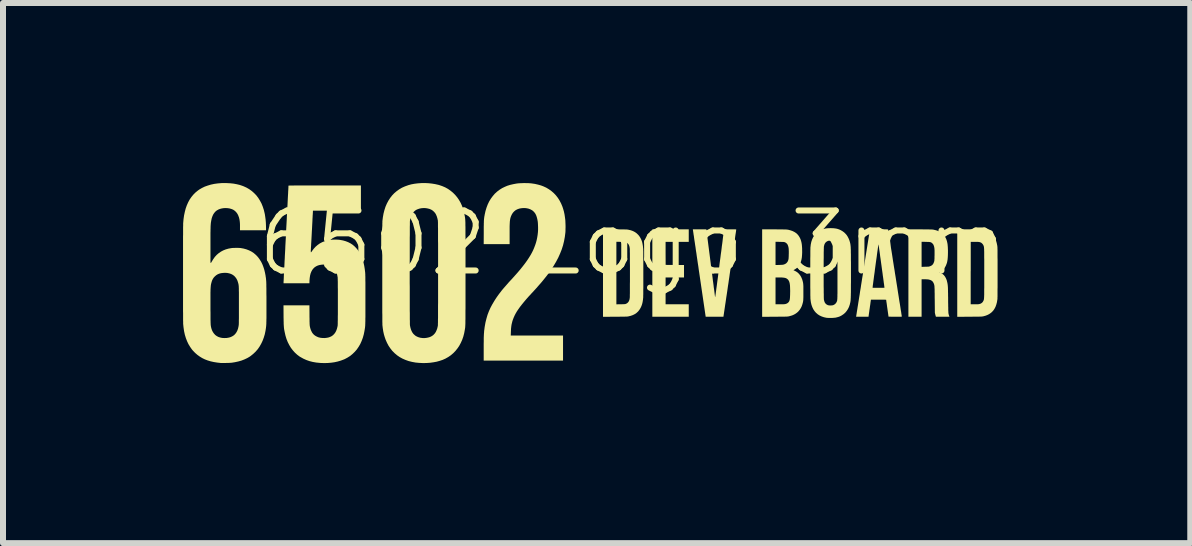
<source format=kicad_pcb>
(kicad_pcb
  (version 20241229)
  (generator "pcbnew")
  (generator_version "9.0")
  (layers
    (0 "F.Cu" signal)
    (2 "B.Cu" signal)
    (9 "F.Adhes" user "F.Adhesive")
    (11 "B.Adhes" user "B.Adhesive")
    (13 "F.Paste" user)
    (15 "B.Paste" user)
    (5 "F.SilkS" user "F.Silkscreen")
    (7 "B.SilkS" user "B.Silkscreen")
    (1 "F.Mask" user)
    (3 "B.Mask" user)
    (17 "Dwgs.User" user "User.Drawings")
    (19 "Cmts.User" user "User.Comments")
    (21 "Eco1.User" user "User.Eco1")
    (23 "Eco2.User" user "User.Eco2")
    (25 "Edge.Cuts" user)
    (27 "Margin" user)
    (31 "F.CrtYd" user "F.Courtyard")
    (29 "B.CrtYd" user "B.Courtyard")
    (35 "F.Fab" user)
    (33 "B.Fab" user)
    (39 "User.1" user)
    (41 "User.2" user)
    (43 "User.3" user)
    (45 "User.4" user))
  (footprint "6502 Logo 3mm"
    (layer "F.Cu")
    (at 7.495 1.5)
    (property "Reference" "6502 Logo 3mm" (at 0 -0.5 0) (unlocked yes) (layer "F.SilkS") (effects (font (size 1 1) (thickness 0.1))))
    (attr smd)
    (fp_poly (pts (xy 0.932 -0.624) (xy 0.932 -0.52) (xy 0.739 -0.52) (xy 0.546 -0.52) (xy 0.546 -0.328) (xy 0.547 -0.136) (xy 0.7 -0.135) (xy 0.853 -0.134) (xy 0.853 -0.03) (xy 0.853 0.074) (xy 0.699 0.074) (xy 0.546 0.074) (xy 0.546 0.297) (xy 0.546 0.52) (xy 0.739 0.52) (xy 0.932 0.52) (xy 0.932 0.624) (xy 0.932 0.728) (xy 0.628 0.728) (xy 0.325 0.728) (xy 0.325 0) (xy 0.325 -0.728) (xy 0.628 -0.728) (xy 0.932 -0.728)) (stroke (width 0) (type solid)) (fill yes) (layer "F.SilkS"))
    (fp_poly (pts (xy 1.297 -0.169) (xy 1.303 -0.117) (xy 1.31 -0.065) (xy 1.317 -0.015) (xy 1.323 0.033) (xy 1.329 0.079) (xy 1.334 0.123) (xy 1.34 0.165) (xy 1.345 0.203) (xy 1.349 0.239) (xy 1.354 0.272) (xy 1.358 0.302) (xy 1.361 0.328) (xy 1.364 0.35) (xy 1.366 0.368) (xy 1.368 0.381) (xy 1.369 0.39) (xy 1.37 0.395) (xy 1.37 0.395) (xy 1.372 0.4) (xy 1.373 0.401) (xy 1.373 0.399) (xy 1.374 0.391) (xy 1.376 0.379) (xy 1.378 0.363) (xy 1.381 0.343) (xy 1.384 0.319) (xy 1.388 0.291) (xy 1.392 0.259) (xy 1.397 0.225) (xy 1.402 0.187) (xy 1.407 0.147) (xy 1.413 0.104) (xy 1.419 0.058) (xy 1.425 0.011) (xy 1.431 -0.038) (xy 1.438 -0.089) (xy 1.444 -0.141) (xy 1.446 -0.158) (xy 1.453 -0.211) (xy 1.46 -0.262) (xy 1.466 -0.312) (xy 1.473 -0.36) (xy 1.479 -0.407) (xy 1.484 -0.451) (xy 1.49 -0.492) (xy 1.495 -0.531) (xy 1.499 -0.567) (xy 1.503 -0.6) (xy 1.507 -0.629) (xy 1.511 -0.655) (xy 1.514 -0.677) (xy 1.516 -0.695) (xy 1.518 -0.709) (xy 1.519 -0.718) (xy 1.52 -0.722) (xy 1.52 -0.723) (xy 1.521 -0.728) (xy 1.622 -0.728) (xy 1.648 -0.728) (xy 1.669 -0.728) (xy 1.686 -0.728) (xy 1.699 -0.728) (xy 1.709 -0.728) (xy 1.716 -0.727) (xy 1.72 -0.727) (xy 1.723 -0.726) (xy 1.723 -0.725) (xy 1.723 -0.725) (xy 1.723 -0.722) (xy 1.722 -0.715) (xy 1.72 -0.702) (xy 1.718 -0.686) (xy 1.715 -0.666) (xy 1.711 -0.642) (xy 1.707 -0.614) (xy 1.703 -0.583) (xy 1.698 -0.548) (xy 1.692 -0.511) (xy 1.687 -0.472) (xy 1.68 -0.43) (xy 1.674 -0.386) (xy 1.667 -0.34) (xy 1.66 -0.292) (xy 1.653 -0.243) (xy 1.646 -0.193) (xy 1.638 -0.142) (xy 1.631 -0.091) (xy 1.623 -0.039) (xy 1.615 0.014) (xy 1.608 0.066) (xy 1.6 0.118) (xy 1.593 0.169) (xy 1.585 0.219) (xy 1.578 0.269) (xy 1.571 0.317) (xy 1.564 0.364) (xy 1.557 0.408) (xy 1.551 0.451) (xy 1.545 0.492) (xy 1.539 0.53) (xy 1.534 0.565) (xy 1.529 0.598) (xy 1.525 0.627) (xy 1.521 0.652) (xy 1.518 0.674) (xy 1.515 0.692) (xy 1.513 0.706) (xy 1.512 0.715) (xy 1.511 0.72) (xy 1.511 0.72) (xy 1.51 0.728) (xy 1.362 0.728) (xy 1.214 0.728) (xy 1.108 0.006) (xy 1.099 -0.054) (xy 1.091 -0.113) (xy 1.082 -0.17) (xy 1.074 -0.226) (xy 1.066 -0.279) (xy 1.059 -0.331) (xy 1.051 -0.38) (xy 1.045 -0.427) (xy 1.038 -0.471) (xy 1.032 -0.513) (xy 1.026 -0.551) (xy 1.021 -0.586) (xy 1.017 -0.617) (xy 1.012 -0.645) (xy 1.009 -0.669) (xy 1.006 -0.688) (xy 1.004 -0.704) (xy 1.002 -0.715) (xy 1.001 -0.721) (xy 1.001 -0.723) (xy 1 -0.728) (xy 1.112 -0.728) (xy 1.225 -0.728)) (stroke (width 0) (type solid)) (fill yes) (layer "F.SilkS"))
    (fp_poly (pts (xy -0.298 -0.728) (xy -0.261 -0.728) (xy -0.228 -0.728) (xy -0.2 -0.727) (xy -0.176 -0.727) (xy -0.156 -0.727) (xy -0.139 -0.727) (xy -0.124 -0.726) (xy -0.112 -0.726) (xy -0.102 -0.726) (xy -0.094 -0.725) (xy -0.088 -0.724) (xy -0.082 -0.724) (xy -0.077 -0.723) (xy -0.074 -0.722) (xy -0.034 -0.713) (xy 0.002 -0.7) (xy 0.035 -0.683) (xy 0.064 -0.662) (xy 0.089 -0.638) (xy 0.111 -0.611) (xy 0.129 -0.581) (xy 0.143 -0.552) (xy 0.154 -0.521) (xy 0.162 -0.487) (xy 0.168 -0.45) (xy 0.172 -0.409) (xy 0.173 -0.402) (xy 0.173 -0.394) (xy 0.173 -0.38) (xy 0.174 -0.362) (xy 0.174 -0.341) (xy 0.174 -0.316) (xy 0.174 -0.287) (xy 0.174 -0.256) (xy 0.175 -0.222) (xy 0.175 -0.186) (xy 0.175 -0.148) (xy 0.175 -0.109) (xy 0.175 -0.069) (xy 0.175 -0.029) (xy 0.175 0.012) (xy 0.175 0.053) (xy 0.175 0.093) (xy 0.175 0.133) (xy 0.175 0.171) (xy 0.175 0.208) (xy 0.175 0.243) (xy 0.174 0.275) (xy 0.174 0.305) (xy 0.174 0.331) (xy 0.174 0.355) (xy 0.173 0.374) (xy 0.173 0.389) (xy 0.173 0.4) (xy 0.173 0.404) (xy 0.169 0.445) (xy 0.163 0.483) (xy 0.155 0.517) (xy 0.144 0.549) (xy 0.13 0.579) (xy 0.129 0.581) (xy 0.11 0.612) (xy 0.088 0.64) (xy 0.062 0.664) (xy 0.033 0.684) (xy 0.001 0.7) (xy -0.036 0.713) (xy -0.074 0.722) (xy -0.078 0.723) (xy -0.084 0.724) (xy -0.09 0.725) (xy -0.097 0.725) (xy -0.105 0.726) (xy -0.115 0.726) (xy -0.128 0.726) (xy -0.143 0.727) (xy -0.161 0.727) (xy -0.183 0.727) (xy -0.208 0.727) (xy -0.237 0.728) (xy -0.271 0.728) (xy -0.298 0.728) (xy -0.497 0.729) (xy -0.497 0) (xy -0.497 -0.521) (xy -0.274 -0.521) (xy -0.274 0) (xy -0.274 0.521) (xy -0.202 0.52) (xy -0.181 0.52) (xy -0.165 0.519) (xy -0.152 0.519) (xy -0.142 0.518) (xy -0.134 0.518) (xy -0.128 0.517) (xy -0.123 0.516) (xy -0.119 0.514) (xy -0.116 0.513) (xy -0.097 0.504) (xy -0.082 0.491) (xy -0.07 0.476) (xy -0.061 0.457) (xy -0.054 0.434) (xy -0.051 0.41) (xy -0.05 0.404) (xy -0.05 0.394) (xy -0.05 0.379) (xy -0.05 0.361) (xy -0.049 0.338) (xy -0.049 0.312) (xy -0.049 0.284) (xy -0.049 0.252) (xy -0.049 0.218) (xy -0.049 0.183) (xy -0.048 0.145) (xy -0.048 0.107) (xy -0.048 0.067) (xy -0.048 0.027) (xy -0.048 -0.013) (xy -0.048 -0.054) (xy -0.048 -0.093) (xy -0.048 -0.132) (xy -0.049 -0.17) (xy -0.049 -0.206) (xy -0.049 -0.241) (xy -0.049 -0.273) (xy -0.049 -0.303) (xy -0.049 -0.33) (xy -0.05 -0.353) (xy -0.05 -0.373) (xy -0.05 -0.39) (xy -0.05 -0.401) (xy -0.051 -0.409) (xy -0.051 -0.41) (xy -0.055 -0.437) (xy -0.062 -0.459) (xy -0.071 -0.478) (xy -0.084 -0.493) (xy -0.099 -0.505) (xy -0.116 -0.513) (xy -0.121 -0.515) (xy -0.125 -0.516) (xy -0.13 -0.517) (xy -0.137 -0.518) (xy -0.145 -0.519) (xy -0.156 -0.519) (xy -0.17 -0.519) (xy -0.188 -0.52) (xy -0.202 -0.52) (xy -0.274 -0.521) (xy -0.497 -0.521) (xy -0.497 -0.729)) (stroke (width 0) (type solid)) (fill yes) (layer "F.SilkS"))
    (fp_poly (pts (xy 5.609 -0.728) (xy 5.646 -0.728) (xy 5.678 -0.727) (xy 5.706 -0.727) (xy 5.73 -0.727) (xy 5.75 -0.727) (xy 5.767 -0.727) (xy 5.781 -0.726) (xy 5.793 -0.726) (xy 5.803 -0.726) (xy 5.811 -0.725) (xy 5.817 -0.725) (xy 5.823 -0.724) (xy 5.828 -0.723) (xy 5.832 -0.722) (xy 5.836 -0.722) (xy 5.859 -0.716) (xy 5.879 -0.71) (xy 5.897 -0.704) (xy 5.915 -0.696) (xy 5.918 -0.694) (xy 5.949 -0.677) (xy 5.976 -0.656) (xy 6 -0.632) (xy 6.021 -0.604) (xy 6.038 -0.573) (xy 6.053 -0.538) (xy 6.064 -0.499) (xy 6.073 -0.456) (xy 6.074 -0.444) (xy 6.075 -0.44) (xy 6.075 -0.434) (xy 6.076 -0.426) (xy 6.076 -0.415) (xy 6.076 -0.402) (xy 6.077 -0.387) (xy 6.077 -0.368) (xy 6.077 -0.347) (xy 6.077 -0.322) (xy 6.077 -0.293) (xy 6.077 -0.261) (xy 6.078 -0.225) (xy 6.078 -0.185) (xy 6.078 -0.141) (xy 6.078 -0.092) (xy 6.078 -0.038) (xy 6.078 0) (xy 6.078 0.057) (xy 6.078 0.109) (xy 6.078 0.156) (xy 6.078 0.199) (xy 6.078 0.238) (xy 6.077 0.273) (xy 6.077 0.303) (xy 6.077 0.331) (xy 6.077 0.354) (xy 6.077 0.375) (xy 6.077 0.392) (xy 6.076 0.407) (xy 6.076 0.419) (xy 6.076 0.429) (xy 6.075 0.436) (xy 6.075 0.442) (xy 6.074 0.444) (xy 6.067 0.488) (xy 6.056 0.528) (xy 6.043 0.564) (xy 6.026 0.596) (xy 6.007 0.624) (xy 5.984 0.649) (xy 5.961 0.668) (xy 5.936 0.685) (xy 5.91 0.698) (xy 5.88 0.71) (xy 5.847 0.719) (xy 5.836 0.722) (xy 5.831 0.722) (xy 5.826 0.723) (xy 5.821 0.724) (xy 5.816 0.725) (xy 5.809 0.725) (xy 5.801 0.726) (xy 5.791 0.726) (xy 5.778 0.726) (xy 5.764 0.727) (xy 5.746 0.727) (xy 5.725 0.727) (xy 5.7 0.727) (xy 5.671 0.727) (xy 5.638 0.728) (xy 5.609 0.728) (xy 5.406 0.729) (xy 5.406 0) (xy 5.406 -0.52) (xy 5.63 -0.52) (xy 5.63 0) (xy 5.63 0.52) (xy 5.695 0.52) (xy 5.717 0.52) (xy 5.735 0.52) (xy 5.749 0.52) (xy 5.76 0.519) (xy 5.768 0.518) (xy 5.775 0.517) (xy 5.776 0.516) (xy 5.798 0.509) (xy 5.816 0.497) (xy 5.83 0.483) (xy 5.841 0.464) (xy 5.845 0.456) (xy 5.846 0.452) (xy 5.847 0.448) (xy 5.849 0.444) (xy 5.85 0.44) (xy 5.851 0.435) (xy 5.851 0.429) (xy 5.852 0.422) (xy 5.853 0.414) (xy 5.853 0.405) (xy 5.854 0.393) (xy 5.854 0.38) (xy 5.855 0.364) (xy 5.855 0.345) (xy 5.855 0.324) (xy 5.855 0.3) (xy 5.855 0.272) (xy 5.856 0.242) (xy 5.856 0.207) (xy 5.856 0.168) (xy 5.856 0.125) (xy 5.856 0.078) (xy 5.856 0.026) (xy 5.856 0) (xy 5.856 -0.054) (xy 5.856 -0.104) (xy 5.856 -0.149) (xy 5.856 -0.19) (xy 5.856 -0.226) (xy 5.855 -0.259) (xy 5.855 -0.288) (xy 5.855 -0.313) (xy 5.855 -0.336) (xy 5.855 -0.356) (xy 5.854 -0.373) (xy 5.854 -0.387) (xy 5.854 -0.4) (xy 5.853 -0.41) (xy 5.852 -0.419) (xy 5.852 -0.426) (xy 5.851 -0.433) (xy 5.85 -0.438) (xy 5.849 -0.442) (xy 5.848 -0.446) (xy 5.847 -0.45) (xy 5.845 -0.454) (xy 5.845 -0.456) (xy 5.836 -0.474) (xy 5.823 -0.49) (xy 5.809 -0.503) (xy 5.801 -0.507) (xy 5.793 -0.511) (xy 5.785 -0.514) (xy 5.776 -0.516) (xy 5.766 -0.518) (xy 5.754 -0.519) (xy 5.738 -0.52) (xy 5.719 -0.52) (xy 5.696 -0.52) (xy 5.695 -0.52) (xy 5.63 -0.52) (xy 5.406 -0.52) (xy 5.406 -0.729)) (stroke (width 0) (type solid)) (fill yes) (layer "F.SilkS"))
    (fp_poly (pts (xy 4.792 -0.728) (xy 4.829 -0.728) (xy 4.862 -0.727) (xy 4.89 -0.727) (xy 4.914 -0.727) (xy 4.935 -0.727) (xy 4.952 -0.726) (xy 4.967 -0.726) (xy 4.979 -0.726) (xy 4.988 -0.725) (xy 4.996 -0.725) (xy 5.003 -0.724) (xy 5.008 -0.723) (xy 5.013 -0.723) (xy 5.013 -0.722) (xy 5.053 -0.713) (xy 5.088 -0.701) (xy 5.119 -0.686) (xy 5.147 -0.668) (xy 5.171 -0.648) (xy 5.191 -0.623) (xy 5.208 -0.596) (xy 5.223 -0.565) (xy 5.228 -0.55) (xy 5.234 -0.532) (xy 5.238 -0.514) (xy 5.242 -0.496) (xy 5.245 -0.476) (xy 5.247 -0.455) (xy 5.249 -0.43) (xy 5.25 -0.401) (xy 5.251 -0.382) (xy 5.251 -0.337) (xy 5.25 -0.296) (xy 5.248 -0.259) (xy 5.245 -0.226) (xy 5.24 -0.196) (xy 5.234 -0.169) (xy 5.225 -0.145) (xy 5.216 -0.122) (xy 5.208 -0.107) (xy 5.194 -0.086) (xy 5.176 -0.065) (xy 5.156 -0.047) (xy 5.135 -0.032) (xy 5.117 -0.023) (xy 5.109 -0.018) (xy 5.105 -0.015) (xy 5.106 -0.012) (xy 5.11 -0.011) (xy 5.115 -0.009) (xy 5.123 -0.005) (xy 5.132 -0.001) (xy 5.139 0.002) (xy 5.163 0.017) (xy 5.184 0.036) (xy 5.202 0.059) (xy 5.217 0.086) (xy 5.23 0.117) (xy 5.239 0.153) (xy 5.24 0.157) (xy 5.242 0.167) (xy 5.244 0.177) (xy 5.245 0.186) (xy 5.247 0.197) (xy 5.248 0.208) (xy 5.249 0.22) (xy 5.25 0.234) (xy 5.251 0.25) (xy 5.251 0.268) (xy 5.252 0.289) (xy 5.252 0.314) (xy 5.253 0.341) (xy 5.253 0.373) (xy 5.254 0.409) (xy 5.254 0.448) (xy 5.254 0.487) (xy 5.255 0.521) (xy 5.255 0.55) (xy 5.256 0.576) (xy 5.256 0.598) (xy 5.256 0.617) (xy 5.257 0.633) (xy 5.258 0.646) (xy 5.258 0.657) (xy 5.259 0.667) (xy 5.26 0.675) (xy 5.262 0.682) (xy 5.263 0.689) (xy 5.265 0.695) (xy 5.267 0.701) (xy 5.269 0.708) (xy 5.27 0.71) (xy 5.276 0.728) (xy 5.164 0.728) (xy 5.051 0.728) (xy 5.048 0.721) (xy 5.047 0.716) (xy 5.044 0.707) (xy 5.041 0.696) (xy 5.039 0.688) (xy 5.033 0.661) (xy 5.031 0.447) (xy 5.03 0.407) (xy 5.03 0.372) (xy 5.03 0.342) (xy 5.029 0.315) (xy 5.029 0.292) (xy 5.029 0.272) (xy 5.028 0.256) (xy 5.027 0.242) (xy 5.027 0.23) (xy 5.026 0.22) (xy 5.025 0.211) (xy 5.024 0.204) (xy 5.022 0.197) (xy 5.021 0.191) (xy 5.019 0.185) (xy 5.017 0.179) (xy 5.017 0.179) (xy 5.007 0.158) (xy 4.995 0.14) (xy 4.978 0.126) (xy 4.959 0.116) (xy 4.935 0.109) (xy 4.93 0.108) (xy 4.919 0.106) (xy 4.903 0.105) (xy 4.884 0.104) (xy 4.863 0.104) (xy 4.861 0.104) (xy 4.812 0.104) (xy 4.812 0.416) (xy 4.812 0.728) (xy 4.702 0.728) (xy 4.592 0.728) (xy 4.592 -0.00014) (xy 4.592 -0.521) (xy 4.812 -0.521) (xy 4.812 -0.312) (xy 4.812 -0.103) (xy 4.871 -0.105) (xy 4.891 -0.105) (xy 4.907 -0.106) (xy 4.919 -0.106) (xy 4.928 -0.107) (xy 4.936 -0.108) (xy 4.942 -0.11) (xy 4.946 -0.111) (xy 4.966 -0.119) (xy 4.983 -0.129) (xy 4.995 -0.14) (xy 5.004 -0.152) (xy 5.011 -0.165) (xy 5.017 -0.18) (xy 5.021 -0.192) (xy 5.023 -0.198) (xy 5.024 -0.204) (xy 5.025 -0.211) (xy 5.025 -0.219) (xy 5.026 -0.23) (xy 5.027 -0.243) (xy 5.027 -0.259) (xy 5.027 -0.28) (xy 5.028 -0.297) (xy 5.028 -0.328) (xy 5.028 -0.353) (xy 5.028 -0.375) (xy 5.027 -0.393) (xy 5.026 -0.409) (xy 5.024 -0.422) (xy 5.022 -0.434) (xy 5.019 -0.445) (xy 5.017 -0.452) (xy 5.011 -0.467) (xy 5.005 -0.479) (xy 4.997 -0.489) (xy 4.988 -0.497) (xy 4.981 -0.503) (xy 4.975 -0.508) (xy 4.968 -0.512) (xy 4.96 -0.514) (xy 4.95 -0.516) (xy 4.938 -0.518) (xy 4.923 -0.519) (xy 4.904 -0.519) (xy 4.88 -0.52) (xy 4.88 -0.52) (xy 4.812 -0.521) (xy 4.592 -0.521) (xy 4.592 -0.729)) (stroke (width 0) (type solid)) (fill yes) (layer "F.SilkS"))
    (fp_poly (pts (xy 2.359 -0.728) (xy 2.396 -0.728) (xy 2.429 -0.727) (xy 2.458 -0.727) (xy 2.483 -0.727) (xy 2.504 -0.727) (xy 2.521 -0.726) (xy 2.536 -0.726) (xy 2.548 -0.726) (xy 2.558 -0.725) (xy 2.566 -0.725) (xy 2.573 -0.724) (xy 2.578 -0.723) (xy 2.583 -0.723) (xy 2.584 -0.723) (xy 2.623 -0.713) (xy 2.659 -0.701) (xy 2.69 -0.686) (xy 2.718 -0.668) (xy 2.741 -0.648) (xy 2.762 -0.623) (xy 2.779 -0.596) (xy 2.794 -0.565) (xy 2.799 -0.55) (xy 2.805 -0.53) (xy 2.81 -0.51) (xy 2.814 -0.489) (xy 2.817 -0.467) (xy 2.819 -0.441) (xy 2.821 -0.412) (xy 2.821 -0.396) (xy 2.822 -0.347) (xy 2.82 -0.303) (xy 2.817 -0.263) (xy 2.811 -0.227) (xy 2.802 -0.194) (xy 2.792 -0.165) (xy 2.779 -0.139) (xy 2.763 -0.116) (xy 2.746 -0.096) (xy 2.735 -0.086) (xy 2.722 -0.076) (xy 2.709 -0.067) (xy 2.696 -0.059) (xy 2.686 -0.053) (xy 2.681 -0.051) (xy 2.678 -0.048) (xy 2.678 -0.048) (xy 2.681 -0.046) (xy 2.687 -0.042) (xy 2.693 -0.04) (xy 2.722 -0.025) (xy 2.748 -0.007) (xy 2.771 0.016) (xy 2.791 0.042) (xy 2.808 0.072) (xy 2.822 0.106) (xy 2.829 0.129) (xy 2.832 0.141) (xy 2.835 0.153) (xy 2.837 0.165) (xy 2.839 0.177) (xy 2.84 0.19) (xy 2.841 0.205) (xy 2.842 0.222) (xy 2.842 0.241) (xy 2.842 0.264) (xy 2.842 0.29) (xy 2.842 0.321) (xy 2.842 0.332) (xy 2.842 0.36) (xy 2.842 0.384) (xy 2.842 0.404) (xy 2.841 0.42) (xy 2.841 0.433) (xy 2.84 0.444) (xy 2.84 0.453) (xy 2.839 0.46) (xy 2.838 0.467) (xy 2.837 0.473) (xy 2.836 0.48) (xy 2.836 0.481) (xy 2.826 0.519) (xy 2.814 0.554) (xy 2.799 0.584) (xy 2.781 0.612) (xy 2.76 0.637) (xy 2.751 0.647) (xy 2.729 0.665) (xy 2.706 0.681) (xy 2.682 0.694) (xy 2.654 0.706) (xy 2.623 0.715) (xy 2.597 0.722) (xy 2.592 0.722) (xy 2.588 0.723) (xy 2.583 0.724) (xy 2.577 0.725) (xy 2.57 0.725) (xy 2.562 0.726) (xy 2.552 0.726) (xy 2.54 0.726) (xy 2.525 0.727) (xy 2.507 0.727) (xy 2.486 0.727) (xy 2.462 0.727) (xy 2.433 0.727) (xy 2.4 0.728) (xy 2.364 0.728) (xy 2.155 0.729) (xy 2.155 0.074) (xy 2.378 0.074) (xy 2.378 0.297) (xy 2.378 0.52) (xy 2.452 0.52) (xy 2.475 0.52) (xy 2.494 0.52) (xy 2.51 0.52) (xy 2.522 0.519) (xy 2.531 0.518) (xy 2.539 0.517) (xy 2.543 0.516) (xy 2.559 0.511) (xy 2.575 0.503) (xy 2.588 0.493) (xy 2.597 0.483) (xy 2.603 0.475) (xy 2.607 0.466) (xy 2.611 0.457) (xy 2.614 0.446) (xy 2.616 0.433) (xy 2.618 0.418) (xy 2.619 0.4) (xy 2.62 0.378) (xy 2.621 0.352) (xy 2.621 0.339) (xy 2.622 0.3) (xy 2.621 0.265) (xy 2.62 0.235) (xy 2.619 0.209) (xy 2.616 0.186) (xy 2.613 0.167) (xy 2.608 0.15) (xy 2.603 0.136) (xy 2.596 0.124) (xy 2.589 0.113) (xy 2.581 0.105) (xy 2.571 0.097) (xy 2.561 0.09) (xy 2.55 0.085) (xy 2.538 0.081) (xy 2.523 0.078) (xy 2.506 0.076) (xy 2.485 0.074) (xy 2.46 0.074) (xy 2.442 0.074) (xy 2.378 0.074) (xy 2.155 0.074) (xy 2.155 -0.000002) (xy 2.155 -0.521) (xy 2.378 -0.521) (xy 2.378 -0.327) (xy 2.378 -0.134) (xy 2.437 -0.135) (xy 2.46 -0.136) (xy 2.479 -0.137) (xy 2.493 -0.138) (xy 2.504 -0.139) (xy 2.511 -0.141) (xy 2.534 -0.149) (xy 2.554 -0.161) (xy 2.569 -0.176) (xy 2.582 -0.195) (xy 2.591 -0.218) (xy 2.593 -0.228) (xy 2.595 -0.237) (xy 2.596 -0.25) (xy 2.597 -0.266) (xy 2.598 -0.285) (xy 2.598 -0.305) (xy 2.599 -0.326) (xy 2.599 -0.347) (xy 2.599 -0.367) (xy 2.598 -0.384) (xy 2.598 -0.399) (xy 2.597 -0.408) (xy 2.594 -0.428) (xy 2.589 -0.447) (xy 2.583 -0.464) (xy 2.577 -0.477) (xy 2.576 -0.479) (xy 2.567 -0.49) (xy 2.555 -0.501) (xy 2.541 -0.51) (xy 2.534 -0.513) (xy 2.529 -0.515) (xy 2.524 -0.516) (xy 2.519 -0.517) (xy 2.512 -0.518) (xy 2.504 -0.519) (xy 2.492 -0.519) (xy 2.477 -0.519) (xy 2.458 -0.52) (xy 2.449 -0.52) (xy 2.378 -0.521) (xy 2.155 -0.521) (xy 2.155 -0.729)) (stroke (width 0) (type solid)) (fill yes) (layer "F.SilkS"))
    (fp_poly (pts (xy 4.186 -0.728) (xy 4.205 -0.728) (xy 4.22 -0.728) (xy 4.232 -0.728) (xy 4.241 -0.727) (xy 4.248 -0.727) (xy 4.252 -0.726) (xy 4.254 -0.726) (xy 4.254 -0.725) (xy 4.254 -0.722) (xy 4.256 -0.715) (xy 4.257 -0.703) (xy 4.26 -0.686) (xy 4.263 -0.665) (xy 4.267 -0.64) (xy 4.272 -0.612) (xy 4.277 -0.579) (xy 4.282 -0.544) (xy 4.289 -0.505) (xy 4.295 -0.463) (xy 4.302 -0.418) (xy 4.31 -0.371) (xy 4.318 -0.321) (xy 4.326 -0.269) (xy 4.334 -0.215) (xy 4.343 -0.159) (xy 4.352 -0.101) (xy 4.362 -0.042) (xy 4.368 0) (xy 4.378 0.06) (xy 4.387 0.118) (xy 4.396 0.176) (xy 4.405 0.231) (xy 4.413 0.284) (xy 4.421 0.336) (xy 4.429 0.385) (xy 4.436 0.432) (xy 4.443 0.476) (xy 4.45 0.517) (xy 4.456 0.555) (xy 4.461 0.589) (xy 4.466 0.621) (xy 4.471 0.648) (xy 4.474 0.672) (xy 4.477 0.691) (xy 4.48 0.707) (xy 4.481 0.718) (xy 4.482 0.724) (xy 4.483 0.725) (xy 4.482 0.726) (xy 4.479 0.727) (xy 4.474 0.727) (xy 4.467 0.728) (xy 4.456 0.728) (xy 4.442 0.728) (xy 4.424 0.728) (xy 4.402 0.728) (xy 4.375 0.728) (xy 4.372 0.728) (xy 4.261 0.727) (xy 4.241 0.586) (xy 4.237 0.56) (xy 4.234 0.536) (xy 4.231 0.513) (xy 4.228 0.493) (xy 4.225 0.476) (xy 4.224 0.462) (xy 4.222 0.452) (xy 4.221 0.446) (xy 4.221 0.445) (xy 4.219 0.445) (xy 4.212 0.445) (xy 4.2 0.444) (xy 4.186 0.444) (xy 4.168 0.444) (xy 4.147 0.444) (xy 4.124 0.444) (xy 4.1 0.444) (xy 4.094 0.444) (xy 3.968 0.444) (xy 3.966 0.452) (xy 3.966 0.457) (xy 3.964 0.465) (xy 3.963 0.478) (xy 3.96 0.494) (xy 3.958 0.513) (xy 3.955 0.534) (xy 3.951 0.558) (xy 3.948 0.583) (xy 3.947 0.589) (xy 3.943 0.614) (xy 3.94 0.638) (xy 3.937 0.659) (xy 3.934 0.679) (xy 3.932 0.695) (xy 3.93 0.708) (xy 3.929 0.718) (xy 3.928 0.722) (xy 3.928 0.723) (xy 3.927 0.728) (xy 3.824 0.728) (xy 3.721 0.728) (xy 3.722 0.718) (xy 3.723 0.714) (xy 3.724 0.706) (xy 3.726 0.693) (xy 3.729 0.676) (xy 3.732 0.655) (xy 3.736 0.629) (xy 3.741 0.6) (xy 3.746 0.567) (xy 3.752 0.531) (xy 3.758 0.492) (xy 3.765 0.449) (xy 3.772 0.404) (xy 3.78 0.356) (xy 3.787 0.306) (xy 3.796 0.254) (xy 3.798 0.242) (xy 3.995 0.242) (xy 3.995 0.243) (xy 3.997 0.244) (xy 3.999 0.245) (xy 4.003 0.245) (xy 4.01 0.246) (xy 4.019 0.246) (xy 4.031 0.246) (xy 4.047 0.246) (xy 4.067 0.246) (xy 4.092 0.246) (xy 4.094 0.246) (xy 4.12 0.246) (xy 4.142 0.246) (xy 4.159 0.246) (xy 4.172 0.246) (xy 4.182 0.245) (xy 4.188 0.245) (xy 4.192 0.244) (xy 4.193 0.243) (xy 4.193 0.243) (xy 4.193 0.24) (xy 4.192 0.232) (xy 4.19 0.22) (xy 4.188 0.204) (xy 4.186 0.185) (xy 4.182 0.162) (xy 4.179 0.136) (xy 4.175 0.107) (xy 4.171 0.077) (xy 4.166 0.044) (xy 4.162 0.01) (xy 4.157 -0.025) (xy 4.152 -0.061) (xy 4.147 -0.098) (xy 4.142 -0.135) (xy 4.137 -0.171) (xy 4.132 -0.208) (xy 4.127 -0.243) (xy 4.122 -0.277) (xy 4.118 -0.309) (xy 4.114 -0.34) (xy 4.11 -0.368) (xy 4.106 -0.393) (xy 4.103 -0.416) (xy 4.1 -0.435) (xy 4.098 -0.451) (xy 4.096 -0.462) (xy 4.095 -0.47) (xy 4.095 -0.472) (xy 4.094 -0.474) (xy 4.092 -0.472) (xy 4.091 -0.471) (xy 4.091 -0.468) (xy 4.09 -0.46) (xy 4.088 -0.448) (xy 4.086 -0.432) (xy 4.083 -0.413) (xy 4.08 -0.39) (xy 4.076 -0.364) (xy 4.072 -0.336) (xy 4.068 -0.305) (xy 4.064 -0.272) (xy 4.059 -0.238) (xy 4.054 -0.203) (xy 4.049 -0.167) (xy 4.044 -0.13) (xy 4.039 -0.093) (xy 4.034 -0.057) (xy 4.03 -0.021) (xy 4.025 0.014) (xy 4.02 0.048) (xy 4.016 0.081) (xy 4.012 0.111) (xy 4.008 0.139) (xy 4.005 0.164) (xy 4.002 0.187) (xy 3.999 0.206) (xy 3.998 0.221) (xy 3.996 0.233) (xy 3.995 0.24) (xy 3.995 0.242) (xy 3.798 0.242) (xy 3.804 0.2) (xy 3.813 0.144) (xy 3.822 0.086) (xy 3.832 0.027) (xy 3.837 -0.01) (xy 3.951 -0.727) (xy 4.103 -0.728) (xy 4.135 -0.728) (xy 4.162 -0.728)) (stroke (width 0) (type solid)) (fill yes) (layer "F.SilkS"))
    (fp_poly (pts (xy -1.764 -1.498) (xy -1.737 -1.498) (xy -1.714 -1.496) (xy -1.694 -1.495) (xy -1.69 -1.494) (xy -1.634 -1.486) (xy -1.581 -1.474) (xy -1.531 -1.46) (xy -1.491 -1.445) (xy -1.443 -1.423) (xy -1.398 -1.396) (xy -1.356 -1.366) (xy -1.317 -1.332) (xy -1.281 -1.294) (xy -1.249 -1.253) (xy -1.22 -1.207) (xy -1.195 -1.159) (xy -1.173 -1.106) (xy -1.163 -1.076) (xy -1.149 -1.028) (xy -1.138 -0.977) (xy -1.13 -0.922) (xy -1.125 -0.883) (xy -1.124 -0.864) (xy -1.123 -0.84) (xy -1.122 -0.814) (xy -1.121 -0.787) (xy -1.121 -0.759) (xy -1.122 -0.732) (xy -1.122 -0.707) (xy -1.123 -0.686) (xy -1.124 -0.674) (xy -1.133 -0.602) (xy -1.146 -0.532) (xy -1.163 -0.462) (xy -1.185 -0.393) (xy -1.212 -0.325) (xy -1.243 -0.256) (xy -1.279 -0.188) (xy -1.32 -0.119) (xy -1.348 -0.076) (xy -1.374 -0.037) (xy -1.402 0.002) (xy -1.431 0.041) (xy -1.462 0.08) (xy -1.494 0.12) (xy -1.529 0.162) (xy -1.567 0.205) (xy -1.607 0.251) (xy -1.651 0.299) (xy -1.669 0.319) (xy -1.692 0.343) (xy -1.711 0.365) (xy -1.729 0.383) (xy -1.744 0.4) (xy -1.757 0.415) (xy -1.769 0.428) (xy -1.78 0.441) (xy -1.791 0.454) (xy -1.802 0.467) (xy -1.813 0.48) (xy -1.848 0.523) (xy -1.88 0.564) (xy -1.907 0.602) (xy -1.932 0.639) (xy -1.953 0.675) (xy -1.971 0.71) (xy -1.986 0.744) (xy -1.999 0.778) (xy -2.008 0.806) (xy -2.014 0.831) (xy -2.02 0.855) (xy -2.024 0.879) (xy -2.027 0.904) (xy -2.03 0.932) (xy -2.031 0.963) (xy -2.032 0.984) (xy -2.034 1.041) (xy -1.598 1.041) (xy -1.163 1.041) (xy -1.163 1.25) (xy -1.163 1.459) (xy -1.824 1.459) (xy -2.485 1.459) (xy -2.485 1.264) (xy -2.485 1.219) (xy -2.485 1.179) (xy -2.484 1.143) (xy -2.484 1.111) (xy -2.484 1.082) (xy -2.483 1.056) (xy -2.482 1.032) (xy -2.481 1.01) (xy -2.479 0.99) (xy -2.478 0.97) (xy -2.476 0.952) (xy -2.473 0.933) (xy -2.471 0.914) (xy -2.468 0.894) (xy -2.467 0.888) (xy -2.455 0.821) (xy -2.439 0.758) (xy -2.421 0.696) (xy -2.398 0.636) (xy -2.372 0.578) (xy -2.341 0.52) (xy -2.306 0.461) (xy -2.288 0.433) (xy -2.269 0.404) (xy -2.249 0.376) (xy -2.229 0.348) (xy -2.207 0.32) (xy -2.185 0.291) (xy -2.16 0.261) (xy -2.133 0.23) (xy -2.104 0.197) (xy -2.073 0.161) (xy -2.038 0.123) (xy -2.02 0.104) (xy -1.968 0.046) (xy -1.92 -0.008) (xy -1.875 -0.061) (xy -1.835 -0.111) (xy -1.798 -0.159) (xy -1.764 -0.206) (xy -1.734 -0.251) (xy -1.706 -0.296) (xy -1.682 -0.339) (xy -1.661 -0.381) (xy -1.643 -0.424) (xy -1.627 -0.466) (xy -1.613 -0.508) (xy -1.602 -0.55) (xy -1.593 -0.594) (xy -1.586 -0.638) (xy -1.581 -0.683) (xy -1.581 -0.683) (xy -1.58 -0.7) (xy -1.579 -0.72) (xy -1.579 -0.743) (xy -1.579 -0.767) (xy -1.58 -0.791) (xy -1.581 -0.815) (xy -1.582 -0.836) (xy -1.584 -0.854) (xy -1.585 -0.863) (xy -1.592 -0.9) (xy -1.601 -0.934) (xy -1.611 -0.963) (xy -1.624 -0.989) (xy -1.64 -1.011) (xy -1.658 -1.03) (xy -1.679 -1.047) (xy -1.682 -1.048) (xy -1.706 -1.061) (xy -1.734 -1.072) (xy -1.764 -1.079) (xy -1.796 -1.083) (xy -1.828 -1.083) (xy -1.86 -1.08) (xy -1.892 -1.074) (xy -1.898 -1.072) (xy -1.928 -1.061) (xy -1.955 -1.046) (xy -1.978 -1.027) (xy -1.999 -1.004) (xy -2.016 -0.977) (xy -2.03 -0.947) (xy -2.033 -0.938) (xy -2.037 -0.927) (xy -2.04 -0.915) (xy -2.043 -0.904) (xy -2.045 -0.891) (xy -2.047 -0.878) (xy -2.049 -0.863) (xy -2.05 -0.846) (xy -2.051 -0.827) (xy -2.052 -0.805) (xy -2.053 -0.78) (xy -2.053 -0.751) (xy -2.053 -0.718) (xy -2.053 -0.681) (xy -2.053 -0.648) (xy -2.053 -0.482) (xy -2.269 -0.482) (xy -2.485 -0.482) (xy -2.484 -0.676) (xy -2.484 -0.714) (xy -2.484 -0.748) (xy -2.484 -0.778) (xy -2.483 -0.804) (xy -2.483 -0.827) (xy -2.482 -0.847) (xy -2.482 -0.864) (xy -2.481 -0.88) (xy -2.48 -0.894) (xy -2.479 -0.906) (xy -2.477 -0.919) (xy -2.476 -0.931) (xy -2.474 -0.943) (xy -2.471 -0.957) (xy -2.469 -0.971) (xy -2.468 -0.975) (xy -2.455 -1.034) (xy -2.438 -1.09) (xy -2.418 -1.143) (xy -2.394 -1.193) (xy -2.366 -1.239) (xy -2.335 -1.281) (xy -2.301 -1.321) (xy -2.263 -1.356) (xy -2.221 -1.388) (xy -2.178 -1.415) (xy -2.137 -1.435) (xy -2.093 -1.454) (xy -2.045 -1.469) (xy -1.993 -1.481) (xy -1.94 -1.491) (xy -1.916 -1.494) (xy -1.897 -1.496) (xy -1.874 -1.497) (xy -1.848 -1.498) (xy -1.82 -1.499) (xy -1.792 -1.499)) (stroke (width 0) (type solid)) (fill yes) (layer "F.SilkS"))
    (fp_poly (pts (xy 3.31 -0.748) (xy 3.342 -0.747) (xy 3.369 -0.744) (xy 3.394 -0.74) (xy 3.417 -0.734) (xy 3.439 -0.726) (xy 3.462 -0.716) (xy 3.462 -0.716) (xy 3.493 -0.698) (xy 3.522 -0.677) (xy 3.548 -0.651) (xy 3.564 -0.632) (xy 3.58 -0.607) (xy 3.595 -0.578) (xy 3.608 -0.547) (xy 3.618 -0.514) (xy 3.625 -0.484) (xy 3.626 -0.476) (xy 3.627 -0.468) (xy 3.628 -0.46) (xy 3.629 -0.45) (xy 3.63 -0.44) (xy 3.631 -0.428) (xy 3.631 -0.414) (xy 3.632 -0.399) (xy 3.633 -0.381) (xy 3.633 -0.362) (xy 3.633 -0.339) (xy 3.634 -0.314) (xy 3.634 -0.285) (xy 3.634 -0.254) (xy 3.634 -0.218) (xy 3.635 -0.179) (xy 3.635 -0.135) (xy 3.635 -0.087) (xy 3.635 -0.034) (xy 3.635 -0.001) (xy 3.635 0.055) (xy 3.635 0.106) (xy 3.635 0.152) (xy 3.634 0.194) (xy 3.634 0.232) (xy 3.634 0.266) (xy 3.634 0.297) (xy 3.634 0.324) (xy 3.633 0.349) (xy 3.633 0.37) (xy 3.632 0.389) (xy 3.632 0.406) (xy 3.631 0.421) (xy 3.63 0.434) (xy 3.63 0.445) (xy 3.629 0.455) (xy 3.628 0.464) (xy 3.627 0.473) (xy 3.625 0.48) (xy 3.625 0.484) (xy 3.615 0.526) (xy 3.602 0.564) (xy 3.585 0.599) (xy 3.564 0.631) (xy 3.54 0.66) (xy 3.513 0.684) (xy 3.482 0.705) (xy 3.462 0.716) (xy 3.443 0.725) (xy 3.422 0.732) (xy 3.399 0.738) (xy 3.386 0.741) (xy 3.372 0.744) (xy 3.355 0.745) (xy 3.335 0.747) (xy 3.313 0.748) (xy 3.291 0.748) (xy 3.269 0.748) (xy 3.25 0.747) (xy 3.233 0.746) (xy 3.225 0.745) (xy 3.184 0.736) (xy 3.146 0.723) (xy 3.112 0.707) (xy 3.081 0.687) (xy 3.053 0.663) (xy 3.029 0.635) (xy 3.008 0.604) (xy 2.991 0.569) (xy 2.977 0.53) (xy 2.967 0.488) (xy 2.961 0.443) (xy 2.96 0.43) (xy 2.959 0.423) (xy 2.959 0.411) (xy 2.959 0.394) (xy 2.958 0.373) (xy 2.958 0.347) (xy 2.958 0.317) (xy 2.958 0.283) (xy 2.957 0.245) (xy 2.957 0.203) (xy 2.957 0.158) (xy 2.957 0.109) (xy 2.957 0.058) (xy 2.957 0.003) (xy 2.957 0) (xy 2.957 -0.015) (xy 3.18 -0.015) (xy 3.18 0.027) (xy 3.18 0.069) (xy 3.18 0.11) (xy 3.18 0.15) (xy 3.18 0.189) (xy 3.18 0.226) (xy 3.181 0.262) (xy 3.181 0.295) (xy 3.181 0.326) (xy 3.182 0.354) (xy 3.182 0.379) (xy 3.182 0.4) (xy 3.183 0.418) (xy 3.183 0.431) (xy 3.184 0.44) (xy 3.184 0.443) (xy 3.19 0.467) (xy 3.197 0.487) (xy 3.207 0.503) (xy 3.219 0.516) (xy 3.234 0.527) (xy 3.241 0.53) (xy 3.25 0.535) (xy 3.26 0.537) (xy 3.27 0.539) (xy 3.284 0.54) (xy 3.3 0.54) (xy 3.314 0.539) (xy 3.326 0.538) (xy 3.335 0.536) (xy 3.343 0.533) (xy 3.343 0.533) (xy 3.36 0.524) (xy 3.375 0.512) (xy 3.388 0.496) (xy 3.394 0.486) (xy 3.396 0.482) (xy 3.398 0.478) (xy 3.399 0.474) (xy 3.401 0.471) (xy 3.402 0.467) (xy 3.403 0.463) (xy 3.405 0.458) (xy 3.406 0.451) (xy 3.406 0.444) (xy 3.407 0.435) (xy 3.408 0.425) (xy 3.408 0.413) (xy 3.409 0.398) (xy 3.409 0.382) (xy 3.409 0.362) (xy 3.41 0.34) (xy 3.41 0.314) (xy 3.41 0.286) (xy 3.41 0.254) (xy 3.41 0.218) (xy 3.41 0.178) (xy 3.41 0.133) (xy 3.41 0.085) (xy 3.41 0.031) (xy 3.41 0) (xy 3.41 -0.056) (xy 3.41 -0.107) (xy 3.41 -0.154) (xy 3.41 -0.196) (xy 3.41 -0.234) (xy 3.41 -0.269) (xy 3.41 -0.299) (xy 3.41 -0.326) (xy 3.41 -0.35) (xy 3.409 -0.371) (xy 3.409 -0.389) (xy 3.409 -0.405) (xy 3.408 -0.419) (xy 3.407 -0.43) (xy 3.407 -0.44) (xy 3.406 -0.448) (xy 3.405 -0.454) (xy 3.404 -0.46) (xy 3.403 -0.465) (xy 3.402 -0.469) (xy 3.4 -0.472) (xy 3.399 -0.476) (xy 3.397 -0.48) (xy 3.395 -0.483) (xy 3.394 -0.486) (xy 3.383 -0.502) (xy 3.37 -0.517) (xy 3.354 -0.528) (xy 3.343 -0.533) (xy 3.337 -0.536) (xy 3.33 -0.538) (xy 3.323 -0.539) (xy 3.313 -0.539) (xy 3.299 -0.539) (xy 3.295 -0.539) (xy 3.28 -0.539) (xy 3.27 -0.539) (xy 3.263 -0.538) (xy 3.257 -0.537) (xy 3.251 -0.535) (xy 3.246 -0.533) (xy 3.228 -0.523) (xy 3.214 -0.511) (xy 3.203 -0.497) (xy 3.194 -0.48) (xy 3.188 -0.459) (xy 3.184 -0.443) (xy 3.184 -0.438) (xy 3.183 -0.428) (xy 3.183 -0.413) (xy 3.182 -0.394) (xy 3.182 -0.372) (xy 3.181 -0.346) (xy 3.181 -0.317) (xy 3.181 -0.286) (xy 3.181 -0.252) (xy 3.18 -0.216) (xy 3.18 -0.178) (xy 3.18 -0.138) (xy 3.18 -0.098) (xy 3.18 -0.057) (xy 3.18 -0.015) (xy 2.957 -0.015) (xy 2.957 -0.055) (xy 2.957 -0.107) (xy 2.957 -0.156) (xy 2.957 -0.201) (xy 2.957 -0.243) (xy 2.958 -0.282) (xy 2.958 -0.316) (xy 2.958 -0.346) (xy 2.958 -0.372) (xy 2.959 -0.394) (xy 2.959 -0.411) (xy 2.959 -0.423) (xy 2.96 -0.43) (xy 2.96 -0.43) (xy 2.965 -0.476) (xy 2.974 -0.519) (xy 2.987 -0.558) (xy 3.003 -0.594) (xy 3.023 -0.626) (xy 3.046 -0.655) (xy 3.072 -0.68) (xy 3.102 -0.701) (xy 3.134 -0.719) (xy 3.139 -0.721) (xy 3.166 -0.731) (xy 3.192 -0.738) (xy 3.22 -0.744) (xy 3.25 -0.747) (xy 3.283 -0.748)) (stroke (width 0) (type solid)) (fill yes) (layer "F.SilkS"))
    (fp_poly (pts (xy -3.406 -1.497) (xy -3.349 -1.491) (xy -3.293 -1.482) (xy -3.24 -1.47) (xy -3.229 -1.467) (xy -3.176 -1.449) (xy -3.127 -1.428) (xy -3.08 -1.402) (xy -3.037 -1.372) (xy -2.997 -1.339) (xy -2.96 -1.302) (xy -2.926 -1.261) (xy -2.896 -1.217) (xy -2.869 -1.17) (xy -2.846 -1.119) (xy -2.827 -1.065) (xy -2.811 -1.007) (xy -2.8 -0.947) (xy -2.799 -0.942) (xy -2.798 -0.936) (xy -2.797 -0.93) (xy -2.796 -0.924) (xy -2.795 -0.919) (xy -2.795 -0.913) (xy -2.794 -0.907) (xy -2.793 -0.901) (xy -2.793 -0.893) (xy -2.792 -0.885) (xy -2.792 -0.877) (xy -2.791 -0.866) (xy -2.791 -0.855) (xy -2.79 -0.842) (xy -2.79 -0.827) (xy -2.79 -0.811) (xy -2.79 -0.792) (xy -2.789 -0.772) (xy -2.789 -0.749) (xy -2.789 -0.723) (xy -2.789 -0.695) (xy -2.789 -0.664) (xy -2.789 -0.63) (xy -2.788 -0.593) (xy -2.788 -0.552) (xy -2.788 -0.508) (xy -2.788 -0.46) (xy -2.788 -0.408) (xy -2.788 -0.352) (xy -2.788 -0.292) (xy -2.788 -0.228) (xy -2.788 -0.159) (xy -2.788 -0.085) (xy -2.788 -0.006) (xy -2.788 0) (xy -2.788 0.079) (xy -2.788 0.153) (xy -2.788 0.222) (xy -2.788 0.287) (xy -2.788 0.348) (xy -2.788 0.404) (xy -2.788 0.456) (xy -2.788 0.504) (xy -2.788 0.549) (xy -2.788 0.59) (xy -2.789 0.627) (xy -2.789 0.661) (xy -2.789 0.693) (xy -2.789 0.721) (xy -2.789 0.747) (xy -2.789 0.77) (xy -2.79 0.791) (xy -2.79 0.81) (xy -2.79 0.826) (xy -2.79 0.841) (xy -2.791 0.854) (xy -2.791 0.866) (xy -2.792 0.876) (xy -2.792 0.885) (xy -2.793 0.893) (xy -2.793 0.9) (xy -2.794 0.907) (xy -2.794 0.913) (xy -2.795 0.918) (xy -2.796 0.924) (xy -2.797 0.929) (xy -2.798 0.935) (xy -2.799 0.941) (xy -2.799 0.942) (xy -2.81 1.002) (xy -2.825 1.06) (xy -2.844 1.114) (xy -2.867 1.165) (xy -2.893 1.213) (xy -2.923 1.257) (xy -2.956 1.298) (xy -2.993 1.336) (xy -3.033 1.37) (xy -3.077 1.4) (xy -3.123 1.426) (xy -3.17 1.447) (xy -3.218 1.463) (xy -3.268 1.477) (xy -3.322 1.487) (xy -3.379 1.495) (xy -3.438 1.499) (xy -3.497 1.5) (xy -3.558 1.497) (xy -3.56 1.497) (xy -3.622 1.491) (xy -3.681 1.48) (xy -3.737 1.466) (xy -3.79 1.447) (xy -3.84 1.425) (xy -3.887 1.399) (xy -3.93 1.369) (xy -3.97 1.335) (xy -4.007 1.298) (xy -4.04 1.256) (xy -4.07 1.212) (xy -4.096 1.163) (xy -4.119 1.111) (xy -4.134 1.068) (xy -4.148 1.021) (xy -4.159 0.97) (xy -4.167 0.917) (xy -4.173 0.865) (xy -4.173 0.859) (xy -4.173 0.849) (xy -4.173 0.834) (xy -4.174 0.814) (xy -4.174 0.791) (xy -4.174 0.763) (xy -4.174 0.732) (xy -4.174 0.697) (xy -4.175 0.659) (xy -4.175 0.619) (xy -4.175 0.575) (xy -4.175 0.529) (xy -4.175 0.481) (xy -4.175 0.431) (xy -4.175 0.378) (xy -4.175 0.325) (xy -4.175 0.27) (xy -4.175 0.213) (xy -4.175 0.156) (xy -4.175 0.099) (xy -4.175 0.041) (xy -4.175 -0.003) (xy -3.718 -0.003) (xy -3.718 0.055) (xy -3.718 0.113) (xy -3.718 0.17) (xy -3.717 0.227) (xy -3.717 0.283) (xy -3.717 0.338) (xy -3.717 0.391) (xy -3.717 0.443) (xy -3.717 0.493) (xy -3.717 0.541) (xy -3.717 0.586) (xy -3.717 0.629) (xy -3.716 0.67) (xy -3.716 0.707) (xy -3.716 0.741) (xy -3.716 0.772) (xy -3.715 0.799) (xy -3.715 0.822) (xy -3.715 0.841) (xy -3.715 0.855) (xy -3.714 0.865) (xy -3.714 0.87) (xy -3.714 0.871) (xy -3.707 0.906) (xy -3.698 0.938) (xy -3.687 0.965) (xy -3.674 0.99) (xy -3.658 1.012) (xy -3.646 1.024) (xy -3.623 1.044) (xy -3.597 1.059) (xy -3.567 1.071) (xy -3.536 1.079) (xy -3.501 1.083) (xy -3.465 1.083) (xy -3.445 1.081) (xy -3.412 1.075) (xy -3.381 1.066) (xy -3.354 1.053) (xy -3.33 1.037) (xy -3.316 1.024) (xy -3.298 1.004) (xy -3.283 0.981) (xy -3.271 0.955) (xy -3.26 0.926) (xy -3.252 0.893) (xy -3.248 0.871) (xy -3.248 0.866) (xy -3.248 0.856) (xy -3.248 0.842) (xy -3.247 0.824) (xy -3.247 0.801) (xy -3.247 0.775) (xy -3.246 0.744) (xy -3.246 0.71) (xy -3.246 0.673) (xy -3.246 0.633) (xy -3.246 0.591) (xy -3.246 0.545) (xy -3.245 0.498) (xy -3.245 0.448) (xy -3.245 0.396) (xy -3.245 0.343) (xy -3.245 0.289) (xy -3.245 0.233) (xy -3.245 0.176) (xy -3.245 0.119) (xy -3.245 0.061) (xy -3.245 0.003) (xy -3.245 -0.055) (xy -3.245 -0.113) (xy -3.245 -0.17) (xy -3.245 -0.227) (xy -3.245 -0.283) (xy -3.245 -0.338) (xy -3.245 -0.391) (xy -3.245 -0.443) (xy -3.245 -0.493) (xy -3.246 -0.541) (xy -3.246 -0.586) (xy -3.246 -0.629) (xy -3.246 -0.67) (xy -3.246 -0.707) (xy -3.246 -0.741) (xy -3.247 -0.772) (xy -3.247 -0.799) (xy -3.247 -0.822) (xy -3.247 -0.841) (xy -3.248 -0.855) (xy -3.248 -0.865) (xy -3.248 -0.87) (xy -3.248 -0.871) (xy -3.256 -0.909) (xy -3.266 -0.943) (xy -3.279 -0.974) (xy -3.286 -0.987) (xy -3.297 -1.003) (xy -3.312 -1.02) (xy -3.328 -1.035) (xy -3.345 -1.048) (xy -3.357 -1.055) (xy -3.386 -1.068) (xy -3.417 -1.076) (xy -3.45 -1.082) (xy -3.485 -1.083) (xy -3.518 -1.081) (xy -3.551 -1.075) (xy -3.582 -1.065) (xy -3.605 -1.055) (xy -3.622 -1.045) (xy -3.639 -1.031) (xy -3.655 -1.015) (xy -3.668 -0.999) (xy -3.676 -0.987) (xy -3.69 -0.959) (xy -3.702 -0.926) (xy -3.711 -0.889) (xy -3.714 -0.871) (xy -3.714 -0.866) (xy -3.715 -0.856) (xy -3.715 -0.842) (xy -3.715 -0.824) (xy -3.715 -0.801) (xy -3.716 -0.775) (xy -3.716 -0.744) (xy -3.716 -0.71) (xy -3.716 -0.673) (xy -3.716 -0.633) (xy -3.717 -0.591) (xy -3.717 -0.545) (xy -3.717 -0.498) (xy -3.717 -0.448) (xy -3.717 -0.396) (xy -3.717 -0.343) (xy -3.717 -0.289) (xy -3.717 -0.233) (xy -3.718 -0.176) (xy -3.718 -0.119) (xy -3.718 -0.061) (xy -3.718 -0.003) (xy -4.175 -0.003) (xy -4.175 -0.017) (xy -4.175 -0.075) (xy -4.175 -0.133) (xy -4.175 -0.191) (xy -4.175 -0.247) (xy -4.175 -0.303) (xy -4.175 -0.357) (xy -4.175 -0.41) (xy -4.175 -0.461) (xy -4.175 -0.51) (xy -4.175 -0.557) (xy -4.175 -0.601) (xy -4.175 -0.643) (xy -4.174 -0.682) (xy -4.174 -0.718) (xy -4.174 -0.751) (xy -4.174 -0.78) (xy -4.174 -0.805) (xy -4.174 -0.826) (xy -4.173 -0.843) (xy -4.173 -0.855) (xy -4.173 -0.863) (xy -4.173 -0.865) (xy -4.165 -0.93) (xy -4.154 -0.992) (xy -4.139 -1.05) (xy -4.121 -1.106) (xy -4.099 -1.157) (xy -4.073 -1.206) (xy -4.044 -1.251) (xy -4.012 -1.292) (xy -3.976 -1.33) (xy -3.936 -1.364) (xy -3.893 -1.395) (xy -3.847 -1.422) (xy -3.798 -1.444) (xy -3.745 -1.463) (xy -3.743 -1.464) (xy -3.692 -1.478) (xy -3.638 -1.488) (xy -3.581 -1.495) (xy -3.523 -1.499) (xy -3.465 -1.5)) (stroke (width 0) (type solid)) (fill yes) (layer "F.SilkS"))
    (fp_poly (pts (xy -4.531 -1.25) (xy -4.531 -1.041) (xy -4.93 -1.041) (xy -4.975 -1.041) (xy -5.018 -1.041) (xy -5.06 -1.041) (xy -5.1 -1.04) (xy -5.137 -1.04) (xy -5.172 -1.04) (xy -5.204 -1.04) (xy -5.233 -1.04) (xy -5.259 -1.04) (xy -5.281 -1.04) (xy -5.3 -1.039) (xy -5.314 -1.039) (xy -5.324 -1.039) (xy -5.329 -1.039) (xy -5.33 -1.039) (xy -5.33 -1.036) (xy -5.331 -1.029) (xy -5.331 -1.017) (xy -5.332 -1) (xy -5.333 -0.98) (xy -5.335 -0.957) (xy -5.336 -0.93) (xy -5.338 -0.9) (xy -5.339 -0.868) (xy -5.341 -0.833) (xy -5.343 -0.796) (xy -5.345 -0.757) (xy -5.347 -0.717) (xy -5.348 -0.707) (xy -5.35 -0.666) (xy -5.352 -0.627) (xy -5.354 -0.589) (xy -5.356 -0.552) (xy -5.358 -0.518) (xy -5.36 -0.487) (xy -5.361 -0.458) (xy -5.363 -0.432) (xy -5.364 -0.41) (xy -5.365 -0.392) (xy -5.366 -0.378) (xy -5.366 -0.368) (xy -5.366 -0.362) (xy -5.366 -0.362) (xy -5.366 -0.352) (xy -5.365 -0.347) (xy -5.362 -0.346) (xy -5.358 -0.35) (xy -5.351 -0.358) (xy -5.345 -0.368) (xy -5.317 -0.405) (xy -5.286 -0.439) (xy -5.252 -0.468) (xy -5.215 -0.494) (xy -5.175 -0.515) (xy -5.132 -0.532) (xy -5.086 -0.545) (xy -5.047 -0.553) (xy -5.03 -0.555) (xy -5.009 -0.556) (xy -4.985 -0.557) (xy -4.96 -0.557) (xy -4.936 -0.557) (xy -4.912 -0.556) (xy -4.891 -0.554) (xy -4.876 -0.552) (xy -4.828 -0.543) (xy -4.783 -0.53) (xy -4.742 -0.514) (xy -4.703 -0.494) (xy -4.668 -0.471) (xy -4.635 -0.443) (xy -4.635 -0.442) (xy -4.61 -0.417) (xy -4.588 -0.391) (xy -4.568 -0.363) (xy -4.549 -0.331) (xy -4.534 -0.303) (xy -4.516 -0.262) (xy -4.5 -0.219) (xy -4.487 -0.172) (xy -4.476 -0.122) (xy -4.467 -0.067) (xy -4.46 -0.009) (xy -4.459 0.005) (xy -4.459 0.012) (xy -4.458 0.021) (xy -4.458 0.031) (xy -4.458 0.045) (xy -4.457 0.06) (xy -4.457 0.079) (xy -4.457 0.101) (xy -4.457 0.126) (xy -4.456 0.154) (xy -4.456 0.186) (xy -4.456 0.222) (xy -4.456 0.262) (xy -4.456 0.306) (xy -4.456 0.355) (xy -4.456 0.409) (xy -4.456 0.44) (xy -4.456 0.495) (xy -4.456 0.545) (xy -4.456 0.59) (xy -4.456 0.632) (xy -4.456 0.669) (xy -4.456 0.702) (xy -4.456 0.732) (xy -4.457 0.759) (xy -4.457 0.783) (xy -4.457 0.804) (xy -4.458 0.823) (xy -4.458 0.84) (xy -4.459 0.855) (xy -4.459 0.868) (xy -4.46 0.881) (xy -4.461 0.892) (xy -4.462 0.902) (xy -4.463 0.912) (xy -4.465 0.922) (xy -4.466 0.932) (xy -4.468 0.942) (xy -4.47 0.953) (xy -4.471 0.961) (xy -4.483 1.021) (xy -4.499 1.078) (xy -4.519 1.132) (xy -4.542 1.183) (xy -4.569 1.229) (xy -4.599 1.273) (xy -4.633 1.312) (xy -4.67 1.348) (xy -4.71 1.381) (xy -4.754 1.409) (xy -4.801 1.434) (xy -4.818 1.441) (xy -4.866 1.459) (xy -4.917 1.474) (xy -4.971 1.486) (xy -5.028 1.494) (xy -5.087 1.499) (xy -5.148 1.5) (xy -5.21 1.498) (xy -5.217 1.497) (xy -5.277 1.491) (xy -5.334 1.481) (xy -5.389 1.467) (xy -5.44 1.449) (xy -5.489 1.427) (xy -5.534 1.402) (xy -5.553 1.391) (xy -5.594 1.36) (xy -5.632 1.325) (xy -5.666 1.287) (xy -5.698 1.245) (xy -5.725 1.2) (xy -5.75 1.151) (xy -5.771 1.099) (xy -5.788 1.043) (xy -5.801 0.985) (xy -5.803 0.975) (xy -5.806 0.959) (xy -5.809 0.945) (xy -5.811 0.931) (xy -5.813 0.918) (xy -5.814 0.905) (xy -5.815 0.892) (xy -5.816 0.877) (xy -5.817 0.861) (xy -5.818 0.843) (xy -5.818 0.822) (xy -5.819 0.798) (xy -5.819 0.771) (xy -5.82 0.739) (xy -5.82 0.705) (xy -5.821 0.538) (xy -5.605 0.538) (xy -5.389 0.538) (xy -5.388 0.697) (xy -5.388 0.732) (xy -5.387 0.762) (xy -5.387 0.788) (xy -5.387 0.811) (xy -5.386 0.83) (xy -5.386 0.846) (xy -5.385 0.86) (xy -5.384 0.872) (xy -5.383 0.882) (xy -5.381 0.892) (xy -5.379 0.901) (xy -5.377 0.91) (xy -5.375 0.919) (xy -5.372 0.927) (xy -5.366 0.947) (xy -5.357 0.966) (xy -5.348 0.985) (xy -5.338 1.001) (xy -5.336 1.003) (xy -5.318 1.024) (xy -5.296 1.042) (xy -5.27 1.057) (xy -5.243 1.069) (xy -5.233 1.072) (xy -5.203 1.079) (xy -5.172 1.082) (xy -5.139 1.083) (xy -5.107 1.08) (xy -5.077 1.075) (xy -5.049 1.066) (xy -5.049 1.066) (xy -5.021 1.053) (xy -4.997 1.036) (xy -4.976 1.015) (xy -4.958 0.991) (xy -4.943 0.963) (xy -4.931 0.93) (xy -4.922 0.894) (xy -4.919 0.878) (xy -4.918 0.873) (xy -4.918 0.863) (xy -4.917 0.848) (xy -4.917 0.83) (xy -4.917 0.808) (xy -4.916 0.782) (xy -4.916 0.754) (xy -4.916 0.723) (xy -4.915 0.689) (xy -4.915 0.654) (xy -4.915 0.617) (xy -4.915 0.578) (xy -4.915 0.539) (xy -4.915 0.499) (xy -4.915 0.459) (xy -4.915 0.419) (xy -4.915 0.38) (xy -4.915 0.341) (xy -4.915 0.304) (xy -4.915 0.268) (xy -4.916 0.234) (xy -4.916 0.202) (xy -4.916 0.173) (xy -4.916 0.146) (xy -4.917 0.123) (xy -4.917 0.103) (xy -4.918 0.088) (xy -4.918 0.076) (xy -4.918 0.069) (xy -4.919 0.069) (xy -4.926 0.03) (xy -4.937 -0.005) (xy -4.951 -0.036) (xy -4.968 -0.063) (xy -4.988 -0.086) (xy -4.994 -0.091) (xy -5.015 -0.106) (xy -5.04 -0.12) (xy -5.068 -0.13) (xy -5.098 -0.137) (xy -5.13 -0.141) (xy -5.163 -0.141) (xy -5.181 -0.14) (xy -5.216 -0.135) (xy -5.248 -0.126) (xy -5.276 -0.113) (xy -5.301 -0.097) (xy -5.322 -0.077) (xy -5.341 -0.053) (xy -5.356 -0.026) (xy -5.369 0.006) (xy -5.378 0.041) (xy -5.384 0.081) (xy -5.388 0.125) (xy -5.388 0.129) (xy -5.389 0.17) (xy -5.605 0.17) (xy -5.82 0.17) (xy -5.82 0.159) (xy -5.82 0.156) (xy -5.82 0.147) (xy -5.819 0.134) (xy -5.818 0.117) (xy -5.817 0.095) (xy -5.816 0.07) (xy -5.815 0.041) (xy -5.813 0.008) (xy -5.811 -0.027) (xy -5.809 -0.066) (xy -5.807 -0.107) (xy -5.805 -0.15) (xy -5.803 -0.196) (xy -5.8 -0.244) (xy -5.798 -0.294) (xy -5.795 -0.345) (xy -5.792 -0.397) (xy -5.79 -0.451) (xy -5.787 -0.505) (xy -5.784 -0.56) (xy -5.781 -0.615) (xy -5.778 -0.671) (xy -5.776 -0.726) (xy -5.773 -0.781) (xy -5.77 -0.836) (xy -5.767 -0.89) (xy -5.765 -0.942) (xy -5.762 -0.994) (xy -5.759 -1.044) (xy -5.757 -1.092) (xy -5.754 -1.138) (xy -5.752 -1.182) (xy -5.75 -1.224) (xy -5.748 -1.263) (xy -5.746 -1.299) (xy -5.744 -1.332) (xy -5.743 -1.361) (xy -5.741 -1.387) (xy -5.74 -1.41) (xy -5.739 -1.428) (xy -5.739 -1.442) (xy -5.738 -1.451) (xy -5.738 -1.456) (xy -5.738 -1.456) (xy -5.737 -1.457) (xy -5.734 -1.457) (xy -5.729 -1.457) (xy -5.721 -1.458) (xy -5.712 -1.458) (xy -5.7 -1.458) (xy -5.685 -1.458) (xy -5.667 -1.458) (xy -5.646 -1.459) (xy -5.622 -1.459) (xy -5.595 -1.459) (xy -5.564 -1.459) (xy -5.53 -1.459) (xy -5.491 -1.459) (xy -5.449 -1.459) (xy -5.402 -1.459) (xy -5.351 -1.459) (xy -5.296 -1.459) (xy -5.236 -1.459) (xy -5.171 -1.459) (xy -5.134 -1.459) (xy -4.531 -1.459)) (stroke (width 0) (type solid)) (fill yes) (layer "F.SilkS"))
    (fp_poly (pts (xy -6.768 -1.499) (xy -6.708 -1.496) (xy -6.652 -1.49) (xy -6.599 -1.48) (xy -6.549 -1.468) (xy -6.502 -1.452) (xy -6.484 -1.445) (xy -6.436 -1.423) (xy -6.39 -1.396) (xy -6.348 -1.366) (xy -6.31 -1.332) (xy -6.274 -1.295) (xy -6.242 -1.253) (xy -6.214 -1.208) (xy -6.188 -1.16) (xy -6.167 -1.108) (xy -6.149 -1.053) (xy -6.135 -0.995) (xy -6.131 -0.976) (xy -6.125 -0.935) (xy -6.119 -0.89) (xy -6.115 -0.842) (xy -6.113 -0.793) (xy -6.112 -0.743) (xy -6.112 -0.713) (xy -6.329 -0.713) (xy -6.546 -0.713) (xy -6.546 -0.77) (xy -6.546 -0.802) (xy -6.547 -0.829) (xy -6.549 -0.854) (xy -6.552 -0.876) (xy -6.555 -0.896) (xy -6.56 -0.915) (xy -6.565 -0.934) (xy -6.566 -0.935) (xy -6.578 -0.967) (xy -6.594 -0.995) (xy -6.613 -1.019) (xy -6.635 -1.039) (xy -6.66 -1.056) (xy -6.687 -1.067) (xy -6.717 -1.076) (xy -6.749 -1.081) (xy -6.782 -1.083) (xy -6.815 -1.082) (xy -6.848 -1.077) (xy -6.879 -1.069) (xy -6.907 -1.058) (xy -6.908 -1.057) (xy -6.933 -1.043) (xy -6.955 -1.025) (xy -6.974 -1.003) (xy -6.991 -0.978) (xy -7.004 -0.95) (xy -7.016 -0.917) (xy -7.024 -0.88) (xy -7.031 -0.839) (xy -7.032 -0.829) (xy -7.033 -0.817) (xy -7.034 -0.803) (xy -7.035 -0.787) (xy -7.036 -0.769) (xy -7.036 -0.749) (xy -7.037 -0.725) (xy -7.037 -0.699) (xy -7.038 -0.669) (xy -7.038 -0.636) (xy -7.038 -0.598) (xy -7.038 -0.557) (xy -7.038 -0.511) (xy -7.038 -0.46) (xy -7.038 -0.44) (xy -7.038 -0.397) (xy -7.038 -0.358) (xy -7.038 -0.325) (xy -7.038 -0.295) (xy -7.038 -0.27) (xy -7.038 -0.248) (xy -7.038 -0.229) (xy -7.038 -0.214) (xy -7.038 -0.201) (xy -7.038 -0.191) (xy -7.037 -0.183) (xy -7.037 -0.177) (xy -7.036 -0.173) (xy -7.036 -0.17) (xy -7.035 -0.169) (xy -7.035 -0.168) (xy -7.034 -0.168) (xy -7.034 -0.168) (xy -7.03 -0.169) (xy -7.026 -0.174) (xy -7.021 -0.183) (xy -7.017 -0.19) (xy -6.992 -0.231) (xy -6.965 -0.269) (xy -6.935 -0.302) (xy -6.901 -0.331) (xy -6.865 -0.356) (xy -6.826 -0.377) (xy -6.784 -0.394) (xy -6.738 -0.407) (xy -6.694 -0.415) (xy -6.678 -0.417) (xy -6.658 -0.419) (xy -6.635 -0.419) (xy -6.612 -0.42) (xy -6.588 -0.42) (xy -6.567 -0.419) (xy -6.548 -0.418) (xy -6.536 -0.417) (xy -6.486 -0.408) (xy -6.439 -0.395) (xy -6.395 -0.378) (xy -6.355 -0.358) (xy -6.317 -0.333) (xy -6.283 -0.304) (xy -6.251 -0.271) (xy -6.222 -0.233) (xy -6.196 -0.192) (xy -6.192 -0.185) (xy -6.173 -0.146) (xy -6.156 -0.102) (xy -6.141 -0.055) (xy -6.129 -0.005) (xy -6.119 0.047) (xy -6.118 0.059) (xy -6.116 0.07) (xy -6.114 0.081) (xy -6.113 0.091) (xy -6.112 0.102) (xy -6.111 0.113) (xy -6.11 0.124) (xy -6.109 0.137) (xy -6.108 0.151) (xy -6.108 0.166) (xy -6.107 0.184) (xy -6.107 0.204) (xy -6.107 0.226) (xy -6.106 0.252) (xy -6.106 0.28) (xy -6.106 0.312) (xy -6.106 0.348) (xy -6.105 0.389) (xy -6.105 0.433) (xy -6.105 0.473) (xy -6.105 0.526) (xy -6.105 0.574) (xy -6.105 0.617) (xy -6.105 0.656) (xy -6.105 0.692) (xy -6.105 0.724) (xy -6.105 0.752) (xy -6.106 0.778) (xy -6.106 0.801) (xy -6.107 0.821) (xy -6.107 0.84) (xy -6.108 0.857) (xy -6.109 0.872) (xy -6.11 0.886) (xy -6.112 0.9) (xy -6.113 0.913) (xy -6.115 0.925) (xy -6.117 0.938) (xy -6.119 0.951) (xy -6.121 0.963) (xy -6.133 1.021) (xy -6.15 1.077) (xy -6.17 1.13) (xy -6.194 1.18) (xy -6.221 1.227) (xy -6.252 1.271) (xy -6.287 1.311) (xy -6.325 1.347) (xy -6.366 1.38) (xy -6.384 1.393) (xy -6.427 1.418) (xy -6.474 1.44) (xy -6.523 1.459) (xy -6.577 1.474) (xy -6.633 1.486) (xy -6.683 1.494) (xy -6.695 1.495) (xy -6.711 1.496) (xy -6.729 1.497) (xy -6.75 1.498) (xy -6.771 1.498) (xy -6.793 1.499) (xy -6.814 1.499) (xy -6.832 1.499) (xy -6.848 1.499) (xy -6.86 1.499) (xy -6.862 1.499) (xy -6.924 1.492) (xy -6.981 1.483) (xy -7.035 1.471) (xy -7.085 1.456) (xy -7.132 1.438) (xy -7.175 1.417) (xy -7.216 1.392) (xy -7.255 1.364) (xy -7.291 1.333) (xy -7.307 1.317) (xy -7.324 1.299) (xy -7.339 1.283) (xy -7.352 1.266) (xy -7.364 1.249) (xy -7.377 1.23) (xy -7.405 1.184) (xy -7.428 1.135) (xy -7.448 1.083) (xy -7.465 1.027) (xy -7.478 0.967) (xy -7.487 0.904) (xy -7.493 0.846) (xy -7.493 0.839) (xy -7.493 0.828) (xy -7.493 0.813) (xy -7.494 0.792) (xy -7.494 0.768) (xy -7.494 0.74) (xy -7.494 0.708) (xy -7.494 0.673) (xy -7.495 0.635) (xy -7.495 0.594) (xy -7.495 0.55) (xy -7.495 0.504) (xy -7.495 0.455) (xy -7.495 0.447) (xy -7.038 0.447) (xy -7.038 0.488) (xy -7.038 0.534) (xy -7.038 0.577) (xy -7.038 0.622) (xy -7.037 0.662) (xy -7.037 0.698) (xy -7.037 0.729) (xy -7.037 0.757) (xy -7.037 0.781) (xy -7.036 0.802) (xy -7.036 0.82) (xy -7.035 0.835) (xy -7.035 0.849) (xy -7.034 0.861) (xy -7.033 0.871) (xy -7.032 0.88) (xy -7.031 0.887) (xy -7.029 0.895) (xy -7.028 0.902) (xy -7.026 0.909) (xy -7.024 0.917) (xy -7.024 0.919) (xy -7.013 0.952) (xy -6.998 0.982) (xy -6.98 1.008) (xy -6.959 1.031) (xy -6.935 1.049) (xy -6.907 1.064) (xy -6.877 1.074) (xy -6.844 1.081) (xy -6.808 1.083) (xy -6.769 1.082) (xy -6.763 1.081) (xy -6.728 1.075) (xy -6.697 1.065) (xy -6.669 1.051) (xy -6.644 1.034) (xy -6.623 1.012) (xy -6.605 0.987) (xy -6.59 0.958) (xy -6.578 0.924) (xy -6.57 0.887) (xy -6.567 0.867) (xy -6.566 0.86) (xy -6.566 0.849) (xy -6.565 0.833) (xy -6.565 0.812) (xy -6.565 0.786) (xy -6.564 0.755) (xy -6.564 0.72) (xy -6.564 0.679) (xy -6.564 0.634) (xy -6.564 0.583) (xy -6.564 0.541) (xy -6.564 0.493) (xy -6.564 0.45) (xy -6.564 0.411) (xy -6.564 0.377) (xy -6.564 0.347) (xy -6.564 0.32) (xy -6.565 0.296) (xy -6.565 0.276) (xy -6.565 0.258) (xy -6.566 0.242) (xy -6.566 0.229) (xy -6.567 0.218) (xy -6.568 0.208) (xy -6.569 0.199) (xy -6.57 0.191) (xy -6.572 0.184) (xy -6.573 0.177) (xy -6.575 0.17) (xy -6.577 0.163) (xy -6.578 0.159) (xy -6.589 0.125) (xy -6.604 0.095) (xy -6.622 0.07) (xy -6.643 0.047) (xy -6.668 0.029) (xy -6.695 0.015) (xy -6.726 0.005) (xy -6.76 -0.002) (xy -6.796 -0.004) (xy -6.829 -0.002) (xy -6.862 0.002) (xy -6.892 0.01) (xy -6.918 0.021) (xy -6.942 0.036) (xy -6.964 0.055) (xy -6.965 0.056) (xy -6.983 0.075) (xy -6.997 0.096) (xy -7.009 0.119) (xy -7.018 0.145) (xy -7.026 0.175) (xy -7.027 0.18) (xy -7.029 0.189) (xy -7.031 0.198) (xy -7.032 0.208) (xy -7.033 0.219) (xy -7.034 0.231) (xy -7.035 0.245) (xy -7.036 0.261) (xy -7.037 0.278) (xy -7.037 0.299) (xy -7.038 0.322) (xy -7.038 0.348) (xy -7.038 0.377) (xy -7.038 0.41) (xy -7.038 0.447) (xy -7.495 0.447) (xy -7.495 0.405) (xy -7.495 0.353) (xy -7.495 0.299) (xy -7.495 0.244) (xy -7.495 0.188) (xy -7.495 0.132) (xy -7.495 0.075) (xy -7.495 0.017) (xy -7.495 -0.04) (xy -7.495 -0.097) (xy -7.495 -0.154) (xy -7.495 -0.21) (xy -7.495 -0.265) (xy -7.495 -0.319) (xy -7.495 -0.372) (xy -7.495 -0.423) (xy -7.495 -0.472) (xy -7.495 -0.519) (xy -7.495 -0.564) (xy -7.495 -0.606) (xy -7.494 -0.645) (xy -7.494 -0.681) (xy -7.494 -0.713) (xy -7.494 -0.743) (xy -7.494 -0.768) (xy -7.493 -0.789) (xy -7.493 -0.806) (xy -7.493 -0.819) (xy -7.493 -0.826) (xy -7.493 -0.827) (xy -7.487 -0.896) (xy -7.478 -0.96) (xy -7.465 -1.021) (xy -7.45 -1.078) (xy -7.431 -1.131) (xy -7.409 -1.18) (xy -7.384 -1.226) (xy -7.355 -1.268) (xy -7.323 -1.307) (xy -7.288 -1.342) (xy -7.249 -1.374) (xy -7.224 -1.392) (xy -7.181 -1.417) (xy -7.134 -1.44) (xy -7.083 -1.458) (xy -7.03 -1.474) (xy -6.973 -1.486) (xy -6.914 -1.494) (xy -6.852 -1.499) (xy -6.788 -1.5)) (stroke (width 0) (type solid)) (fill yes) (layer "F.SilkS")))
  (gr_rect
    (start -3 -3)
    (end 16.784 6)
    (stroke (width 0.1) (type default))
    (fill no)
    (layer "Edge.Cuts")))
</source>
